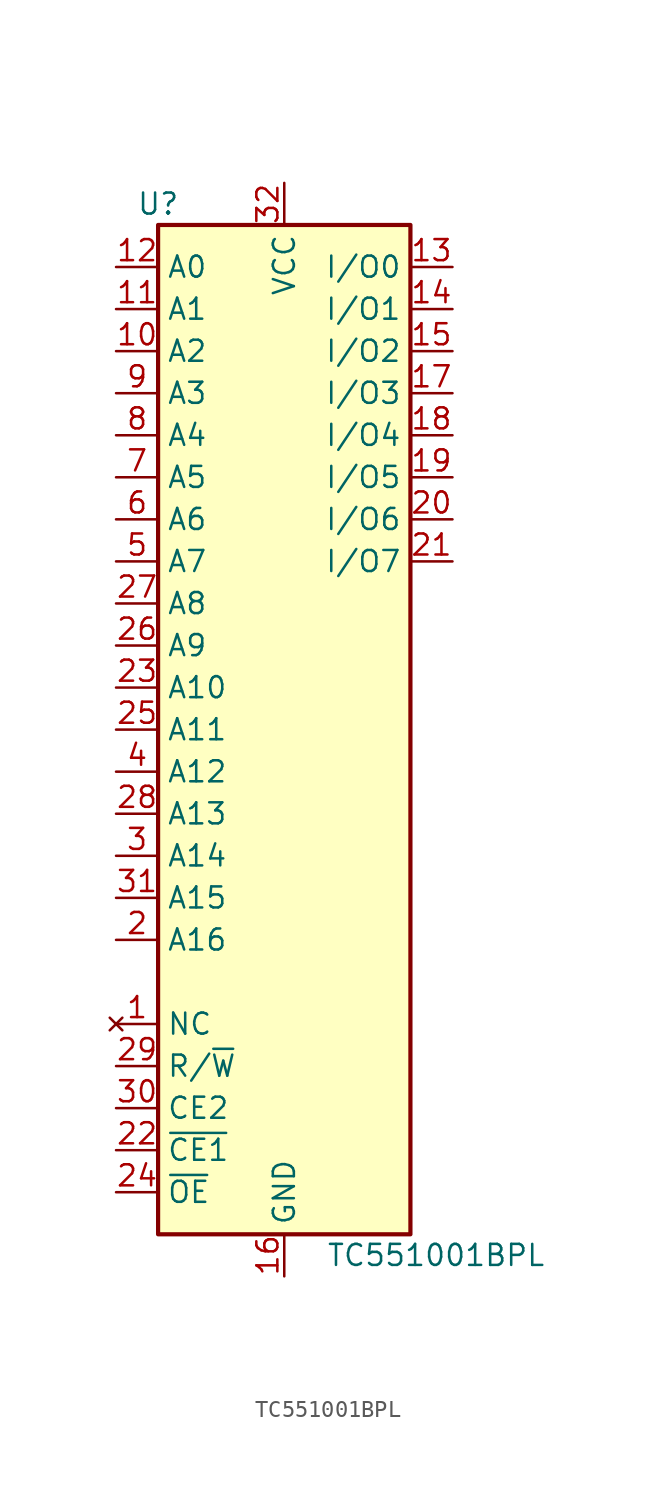
<source format=kicad_sym>
(kicad_symbol_lib
  (version 20220914)
  (generator kicad_symbol_editor)
  (symbol "TC551001BPL"
    (property "Reference" "U"
      (at -7.62 31.75 0)
      (effects (font (size 1.27 1.27))))
    (property "Value" "TC551001BPL"
      (at 2.54 -31.75 0)
      (effects (font (size 1.27 1.27)) (justify left)))
    (symbol "TC551001BPL_1_1"
      (rectangle (start -7.62 30.48) (end 7.62 -30.48) (stroke (width 0.254) (type default)) (fill (type background)))
      (pin no_connect line (at -10.16 -17.78 0) (length 2.54) (name "NC" (effects (font (size 1.27 1.27)))) (number "1" (effects (font (size 1.27 1.27)))))
      (pin input line (at -10.16 22.86 0) (length 2.54) (name "A2" (effects (font (size 1.27 1.27)))) (number "10" (effects (font (size 1.27 1.27)))))
      (pin input line (at -10.16 25.4 0) (length 2.54) (name "A1" (effects (font (size 1.27 1.27)))) (number "11" (effects (font (size 1.27 1.27)))))
      (pin input line (at -10.16 27.94 0) (length 2.54) (name "A0" (effects (font (size 1.27 1.27)))) (number "12" (effects (font (size 1.27 1.27)))))
      (pin tri_state line (at 10.16 27.94 180) (length 2.54) (name "I/O0" (effects (font (size 1.27 1.27)))) (number "13" (effects (font (size 1.27 1.27)))))
      (pin tri_state line (at 10.16 25.4 180) (length 2.54) (name "I/O1" (effects (font (size 1.27 1.27)))) (number "14" (effects (font (size 1.27 1.27)))))
      (pin tri_state line (at 10.16 22.86 180) (length 2.54) (name "I/O2" (effects (font (size 1.27 1.27)))) (number "15" (effects (font (size 1.27 1.27)))))
      (pin power_in line (at 0 -33.02 90) (length 2.54) (name "GND" (effects (font (size 1.27 1.27)))) (number "16" (effects (font (size 1.27 1.27)))))
      (pin tri_state line (at 10.16 20.32 180) (length 2.54) (name "I/O3" (effects (font (size 1.27 1.27)))) (number "17" (effects (font (size 1.27 1.27)))))
      (pin tri_state line (at 10.16 17.78 180) (length 2.54) (name "I/O4" (effects (font (size 1.27 1.27)))) (number "18" (effects (font (size 1.27 1.27)))))
      (pin tri_state line (at 10.16 15.24 180) (length 2.54) (name "I/O5" (effects (font (size 1.27 1.27)))) (number "19" (effects (font (size 1.27 1.27)))))
      (pin input line (at -10.16 -12.7 0) (length 2.54) (name "A16" (effects (font (size 1.27 1.27)))) (number "2" (effects (font (size 1.27 1.27)))))
      (pin tri_state line (at 10.16 12.7 180) (length 2.54) (name "I/O6" (effects (font (size 1.27 1.27)))) (number "20" (effects (font (size 1.27 1.27)))))
      (pin tri_state line (at 10.16 10.16 180) (length 2.54) (name "I/O7" (effects (font (size 1.27 1.27)))) (number "21" (effects (font (size 1.27 1.27)))))
      (pin input line (at -10.16 -25.4 0) (length 2.54) (name "~{CE1}" (effects (font (size 1.27 1.27)))) (number "22" (effects (font (size 1.27 1.27)))))
      (pin input line (at -10.16 2.54 0) (length 2.54) (name "A10" (effects (font (size 1.27 1.27)))) (number "23" (effects (font (size 1.27 1.27)))))
      (pin input line (at -10.16 -27.94 0) (length 2.54) (name "~{OE}" (effects (font (size 1.27 1.27)))) (number "24" (effects (font (size 1.27 1.27)))))
      (pin input line (at -10.16 0 0) (length 2.54) (name "A11" (effects (font (size 1.27 1.27)))) (number "25" (effects (font (size 1.27 1.27)))))
      (pin input line (at -10.16 5.08 0) (length 2.54) (name "A9" (effects (font (size 1.27 1.27)))) (number "26" (effects (font (size 1.27 1.27)))))
      (pin input line (at -10.16 7.62 0) (length 2.54) (name "A8" (effects (font (size 1.27 1.27)))) (number "27" (effects (font (size 1.27 1.27)))))
      (pin input line (at -10.16 -5.08 0) (length 2.54) (name "A13" (effects (font (size 1.27 1.27)))) (number "28" (effects (font (size 1.27 1.27)))))
      (pin input line (at -10.16 -20.32 0) (length 2.54) (name "R/~{W}" (effects (font (size 1.27 1.27)))) (number "29" (effects (font (size 1.27 1.27)))))
      (pin input line (at -10.16 -7.62 0) (length 2.54) (name "A14" (effects (font (size 1.27 1.27)))) (number "3" (effects (font (size 1.27 1.27)))))
      (pin input line (at -10.16 -22.86 0) (length 2.54) (name "CE2" (effects (font (size 1.27 1.27)))) (number "30" (effects (font (size 1.27 1.27)))))
      (pin input line (at -10.16 -10.16 0) (length 2.54) (name "A15" (effects (font (size 1.27 1.27)))) (number "31" (effects (font (size 1.27 1.27)))))
      (pin power_in line (at 0 33.02 270) (length 2.54) (name "VCC" (effects (font (size 1.27 1.27)))) (number "32" (effects (font (size 1.27 1.27)))))
      (pin input line (at -10.16 -2.54 0) (length 2.54) (name "A12" (effects (font (size 1.27 1.27)))) (number "4" (effects (font (size 1.27 1.27)))))
      (pin input line (at -10.16 10.16 0) (length 2.54) (name "A7" (effects (font (size 1.27 1.27)))) (number "5" (effects (font (size 1.27 1.27)))))
      (pin input line (at -10.16 12.7 0) (length 2.54) (name "A6" (effects (font (size 1.27 1.27)))) (number "6" (effects (font (size 1.27 1.27)))))
      (pin input line (at -10.16 15.24 0) (length 2.54) (name "A5" (effects (font (size 1.27 1.27)))) (number "7" (effects (font (size 1.27 1.27)))))
      (pin input line (at -10.16 17.78 0) (length 2.54) (name "A4" (effects (font (size 1.27 1.27)))) (number "8" (effects (font (size 1.27 1.27)))))
      (pin input line (at -10.16 20.32 0) (length 2.54) (name "A3" (effects (font (size 1.27 1.27)))) (number "9" (effects (font (size 1.27 1.27))))))))
</source>
